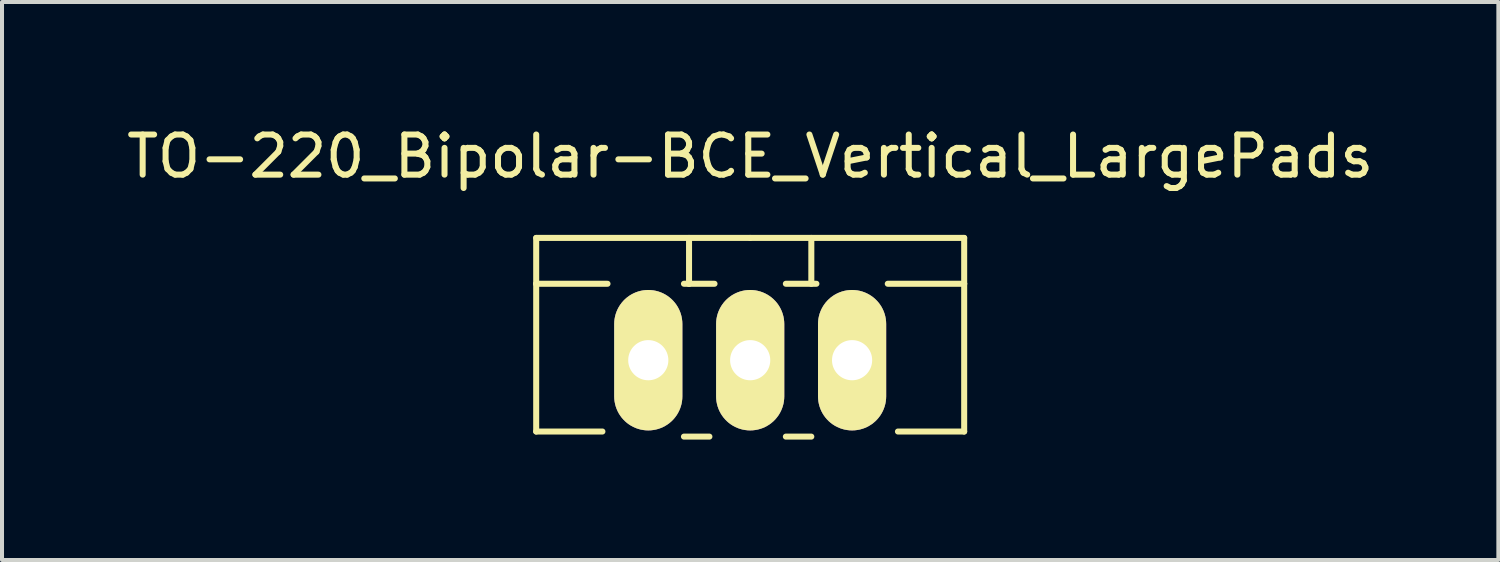
<source format=kicad_pcb>
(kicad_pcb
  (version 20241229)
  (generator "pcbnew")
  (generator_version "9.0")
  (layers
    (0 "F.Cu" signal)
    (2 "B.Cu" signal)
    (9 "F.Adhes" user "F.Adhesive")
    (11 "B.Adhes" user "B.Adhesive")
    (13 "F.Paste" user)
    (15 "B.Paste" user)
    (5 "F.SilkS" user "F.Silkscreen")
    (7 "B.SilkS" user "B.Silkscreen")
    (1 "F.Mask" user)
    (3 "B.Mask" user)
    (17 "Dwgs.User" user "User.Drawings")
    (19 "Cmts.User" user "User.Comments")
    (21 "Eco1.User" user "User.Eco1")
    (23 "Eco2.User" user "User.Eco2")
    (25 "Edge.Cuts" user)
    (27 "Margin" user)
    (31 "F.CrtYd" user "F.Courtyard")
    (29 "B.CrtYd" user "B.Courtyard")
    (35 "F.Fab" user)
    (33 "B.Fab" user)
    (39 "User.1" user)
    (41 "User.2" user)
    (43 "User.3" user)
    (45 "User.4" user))
  (footprint "TO-220_Bipolar-BCE_Vertical_LargePads"
    (layer "F.Cu")
    (at 15.649 5.928)
    (property "Reference" "TO-220_Bipolar-BCE_Vertical_LargePads" (at 0 -5.08 0) (layer "F.SilkS") (effects (font (size 1 1) (thickness 0.15))))
    (attr through_hole)
    (fp_line (start -5.334 -1.905) (end -5.334 -3.048) (stroke (width 0.15) (type solid)) (layer "F.SilkS"))
    (fp_line (start -5.334 -1.905) (end -3.556 -1.905) (stroke (width 0.15) (type solid)) (layer "F.SilkS"))
    (fp_line (start -5.334 1.778) (end -5.334 -1.905) (stroke (width 0.15) (type solid)) (layer "F.SilkS"))
    (fp_line (start -5.334 1.778) (end -3.683 1.778) (stroke (width 0.15) (type solid)) (layer "F.SilkS"))
    (fp_line (start -1.524 -3.048) (end -1.524 -1.905) (stroke (width 0.15) (type solid)) (layer "F.SilkS"))
    (fp_line (start -1.524 -1.905) (end -1.651 -1.905) (stroke (width 0.15) (type solid)) (layer "F.SilkS"))
    (fp_line (start -1.524 -1.905) (end -0.889 -1.905) (stroke (width 0.15) (type solid)) (layer "F.SilkS"))
    (fp_line (start -1.016 1.905) (end -1.651 1.905) (stroke (width 0.15) (type solid)) (layer "F.SilkS"))
    (fp_line (start 0 -3.048) (end -5.334 -3.048) (stroke (width 0.15) (type solid)) (layer "F.SilkS"))
    (fp_line (start 0 -3.048) (end 5.334 -3.048) (stroke (width 0.15) (type solid)) (layer "F.SilkS"))
    (fp_line (start 0.889 -1.905) (end 1.651 -1.905) (stroke (width 0.15) (type solid)) (layer "F.SilkS"))
    (fp_line (start 1.524 -3.048) (end 1.524 -1.905) (stroke (width 0.15) (type solid)) (layer "F.SilkS"))
    (fp_line (start 1.524 1.905) (end 0.889 1.905) (stroke (width 0.15) (type solid)) (layer "F.SilkS"))
    (fp_line (start 5.334 -3.048) (end 5.334 -1.905) (stroke (width 0.15) (type solid)) (layer "F.SilkS"))
    (fp_line (start 5.334 -1.905) (end 3.429 -1.905) (stroke (width 0.15) (type solid)) (layer "F.SilkS"))
    (fp_line (start 5.334 -1.905) (end 5.334 1.778) (stroke (width 0.15) (type solid)) (layer "F.SilkS"))
    (fp_line (start 5.334 1.778) (end 3.683 1.778) (stroke (width 0.15) (type solid)) (layer "F.SilkS"))
    (pad "1" thru_hole oval (at -2.54 0 90) (size 3.5 1.699) (drill 1.001) (layers "*.Cu" "*.Mask" "F.SilkS"))
    (pad "2" thru_hole oval (at 0 0 90) (size 3.5 1.699) (drill 1.001) (layers "*.Cu" "*.Mask" "F.SilkS"))
    (pad "3" thru_hole oval (at 2.54 0 90) (size 3.5 1.699) (drill 1.001) (layers "*.Cu" "*.Mask" "F.SilkS")))
  (gr_rect
    (start -3 -3)
    (end 34.298 10.908)
    (stroke (width 0.1) (type default))
    (fill no)
    (layer "Edge.Cuts")))
</source>
